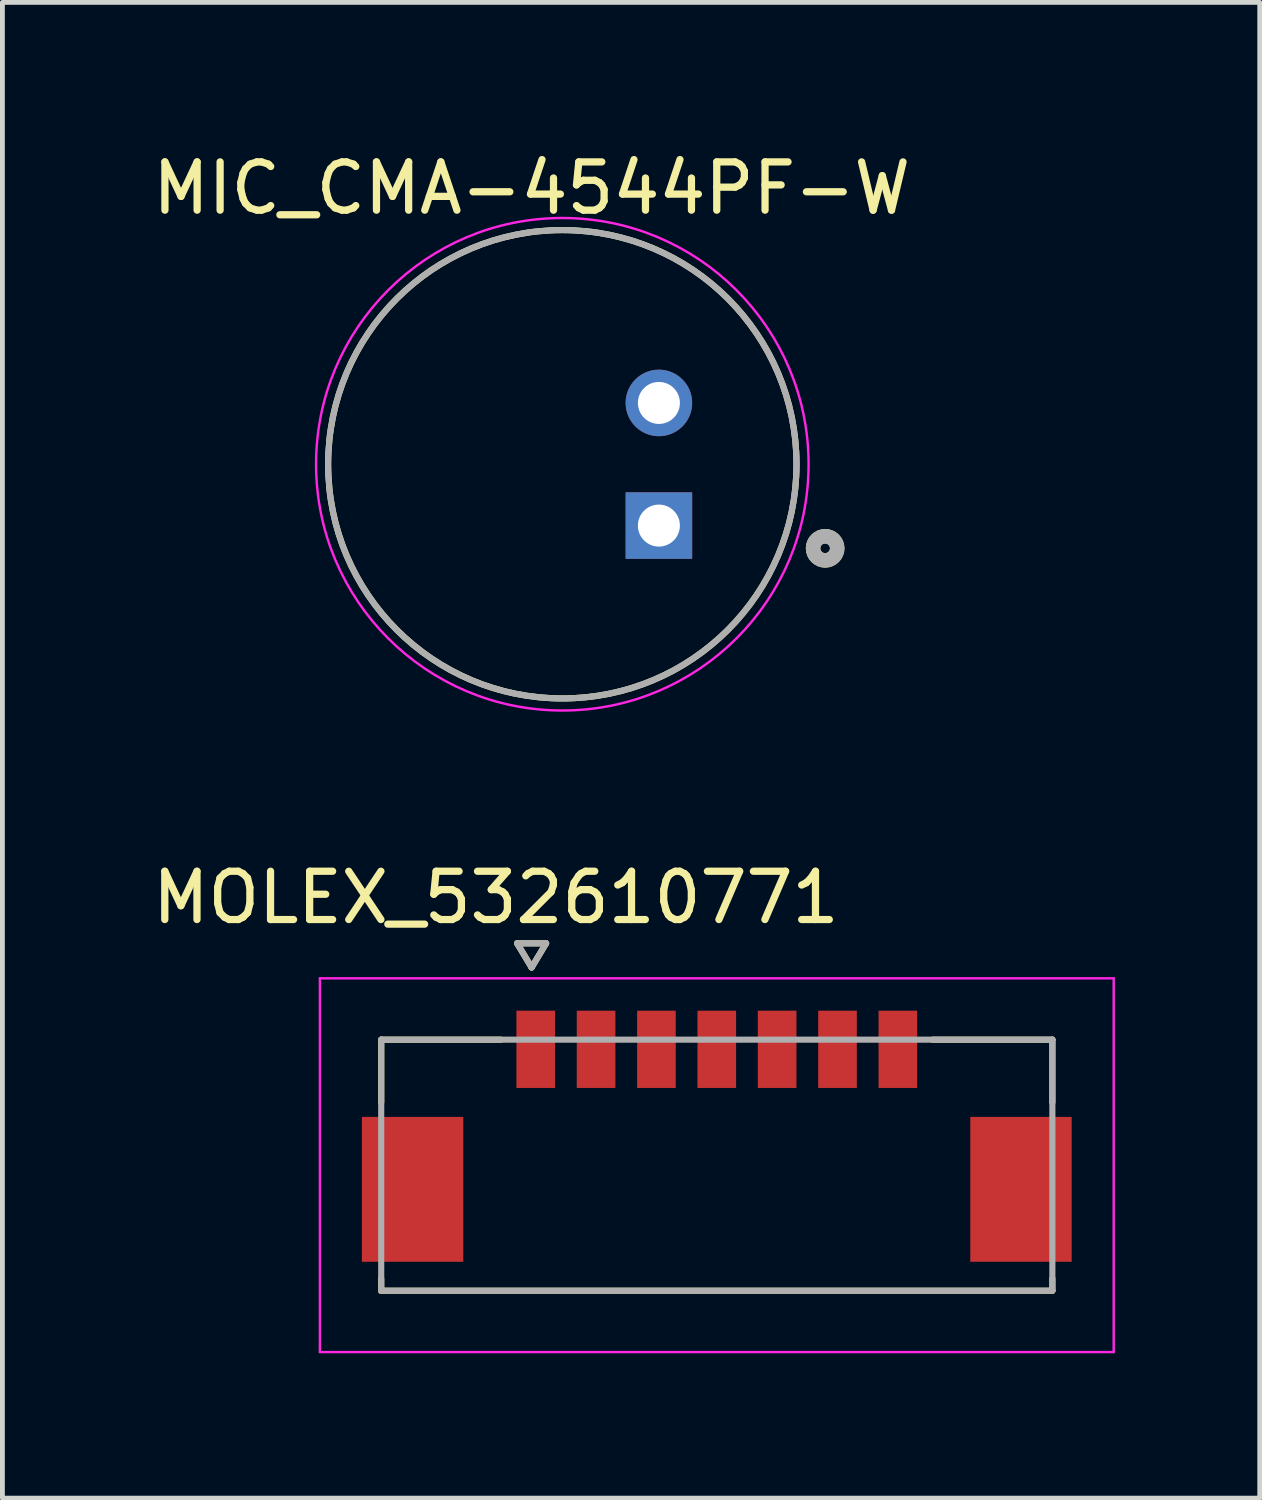
<source format=kicad_pcb>
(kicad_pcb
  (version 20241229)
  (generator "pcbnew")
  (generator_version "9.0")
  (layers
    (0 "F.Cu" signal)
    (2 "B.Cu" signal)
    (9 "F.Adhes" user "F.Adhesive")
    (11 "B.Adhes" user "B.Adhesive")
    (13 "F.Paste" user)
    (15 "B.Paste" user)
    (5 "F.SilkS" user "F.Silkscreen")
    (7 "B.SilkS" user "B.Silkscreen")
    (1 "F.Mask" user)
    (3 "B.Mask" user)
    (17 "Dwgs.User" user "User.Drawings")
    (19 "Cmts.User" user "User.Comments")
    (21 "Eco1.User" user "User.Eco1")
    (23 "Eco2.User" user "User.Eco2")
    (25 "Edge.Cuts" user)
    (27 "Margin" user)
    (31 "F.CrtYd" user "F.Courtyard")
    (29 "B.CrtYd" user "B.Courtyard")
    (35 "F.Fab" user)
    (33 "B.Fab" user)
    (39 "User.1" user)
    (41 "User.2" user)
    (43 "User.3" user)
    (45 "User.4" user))
  (footprint "MOLEX_532610771"
    (layer "F.Cu")
    (at 11.795 21.082)
    (property "Reference" "MOLEX_532610771" (at -4.575 -5.543 0) (layer "F.SilkS") (effects (font (size 1 1) (thickness 0.15))))
    (attr smd)
    (fp_poly (pts (xy -7.426 -1.076) (xy -5.174 -1.076) (xy -5.174 2.076) (xy -7.426 2.076)) (stroke (width 0.01) (type solid)) (fill yes) (layer "F.Mask"))
    (fp_poly (pts (xy -4.226 -3.276) (xy -3.274 -3.276) (xy -3.274 -1.524) (xy -4.226 -1.524)) (stroke (width 0.01) (type solid)) (fill yes) (layer "F.Mask"))
    (fp_poly (pts (xy -2.976 -3.276) (xy -2.024 -3.276) (xy -2.024 -1.524) (xy -2.976 -1.524)) (stroke (width 0.01) (type solid)) (fill yes) (layer "F.Mask"))
    (fp_poly (pts (xy -1.726 -3.276) (xy -0.774 -3.276) (xy -0.774 -1.524) (xy -1.726 -1.524)) (stroke (width 0.01) (type solid)) (fill yes) (layer "F.Mask"))
    (fp_poly (pts (xy -0.476 -3.276) (xy 0.476 -3.276) (xy 0.476 -1.524) (xy -0.476 -1.524)) (stroke (width 0.01) (type solid)) (fill yes) (layer "F.Mask"))
    (fp_poly (pts (xy 0.774 -3.276) (xy 1.726 -3.276) (xy 1.726 -1.524) (xy 0.774 -1.524)) (stroke (width 0.01) (type solid)) (fill yes) (layer "F.Mask"))
    (fp_poly (pts (xy 2.024 -3.276) (xy 2.976 -3.276) (xy 2.976 -1.524) (xy 2.024 -1.524)) (stroke (width 0.01) (type solid)) (fill yes) (layer "F.Mask"))
    (fp_poly (pts (xy 3.274 -3.276) (xy 4.226 -3.276) (xy 4.226 -1.524) (xy 3.274 -1.524)) (stroke (width 0.01) (type solid)) (fill yes) (layer "F.Mask"))
    (fp_poly (pts (xy 5.174 -1.076) (xy 7.426 -1.076) (xy 7.426 2.076) (xy 5.174 2.076)) (stroke (width 0.01) (type solid)) (fill yes) (layer "F.Mask"))
    (fp_line (start -6.95 -2.6) (end -4.47 -2.6) (stroke (width 0.127) (type solid)) (layer "F.SilkS"))
    (fp_line (start -6.95 -1.3) (end -6.95 -2.6) (stroke (width 0.127) (type solid)) (layer "F.SilkS"))
    (fp_line (start -6.95 2.6) (end -6.95 2.35) (stroke (width 0.127) (type solid)) (layer "F.SilkS"))
    (fp_line (start -6.95 2.6) (end 6.95 2.6) (stroke (width 0.127) (type solid)) (layer "F.SilkS"))
    (fp_line (start -4.135 -4.595) (end -3.535 -4.595) (stroke (width 0.127) (type solid)) (layer "F.SilkS"))
    (fp_line (start -3.835 -4.095) (end -4.135 -4.595) (stroke (width 0.127) (type solid)) (layer "F.SilkS"))
    (fp_line (start -3.535 -4.595) (end -3.835 -4.095) (stroke (width 0.127) (type solid)) (layer "F.SilkS"))
    (fp_line (start 4.47 -2.6) (end 6.95 -2.6) (stroke (width 0.127) (type solid)) (layer "F.SilkS"))
    (fp_line (start 6.95 -2.6) (end 6.95 -1.3) (stroke (width 0.127) (type solid)) (layer "F.SilkS"))
    (fp_line (start 6.95 2.6) (end 6.95 2.35) (stroke (width 0.127) (type solid)) (layer "F.SilkS"))
    (fp_line (start -8.22 3.87) (end -8.22 -3.87) (stroke (width 0.05) (type solid)) (layer "F.CrtYd"))
    (fp_line (start 8.22 -3.87) (end -8.22 -3.87) (stroke (width 0.05) (type solid)) (layer "F.CrtYd"))
    (fp_line (start 8.22 -3.87) (end 8.22 3.87) (stroke (width 0.05) (type solid)) (layer "F.CrtYd"))
    (fp_line (start 8.22 3.87) (end -8.22 3.87) (stroke (width 0.05) (type solid)) (layer "F.CrtYd"))
    (fp_line (start -6.95 -2.6) (end 6.95 -2.6) (stroke (width 0.127) (type solid)) (layer "F.Fab"))
    (fp_line (start -6.95 2.6) (end -6.95 -2.6) (stroke (width 0.127) (type solid)) (layer "F.Fab"))
    (fp_line (start -4.135 -4.595) (end -3.535 -4.595) (stroke (width 0.127) (type solid)) (layer "F.Fab"))
    (fp_line (start -3.835 -4.095) (end -4.135 -4.595) (stroke (width 0.127) (type solid)) (layer "F.Fab"))
    (fp_line (start -3.535 -4.595) (end -3.835 -4.095) (stroke (width 0.127) (type solid)) (layer "F.Fab"))
    (fp_line (start 6.95 -2.6) (end 6.95 2.6) (stroke (width 0.127) (type solid)) (layer "F.Fab"))
    (fp_line (start 6.95 2.6) (end -6.95 2.6) (stroke (width 0.127) (type solid)) (layer "F.Fab"))
    (pad "1" smd rect (at -3.75 -2.4) (size 0.8 1.6) (layers "F.Cu" "F.Paste"))
    (pad "2" smd rect (at -2.5 -2.4) (size 0.8 1.6) (layers "F.Cu" "F.Paste"))
    (pad "3" smd rect (at -1.25 -2.4) (size 0.8 1.6) (layers "F.Cu" "F.Paste"))
    (pad "4" smd rect (at 0 -2.4) (size 0.8 1.6) (layers "F.Cu" "F.Paste"))
    (pad "5" smd rect (at 1.25 -2.4) (size 0.8 1.6) (layers "F.Cu" "F.Paste"))
    (pad "6" smd rect (at 2.5 -2.4) (size 0.8 1.6) (layers "F.Cu" "F.Paste"))
    (pad "7" smd rect (at 3.75 -2.4) (size 0.8 1.6) (layers "F.Cu" "F.Paste"))
    (pad "S1" smd rect (at -6.3 0.5) (size 2.1 3) (layers "F.Cu" "F.Paste"))
    (pad "S2" smd rect (at 6.3 0.5) (size 2.1 3) (layers "F.Cu" "F.Paste")))
  (footprint "MIC_CMA-4544PF-W"
    (layer "F.Cu")
    (at 8.596 6.565)
    (property "Reference" "MIC_CMA-4544PF-W" (at -0.635 -5.717 0) (layer "F.SilkS") (effects (font (size 1 1) (thickness 0.15))))
    (attr through_hole)
    (fp_circle (center 0 0) (end 4.85 0) (stroke (width 0.127) (type solid)) (fill no) (layer "F.SilkS"))
    (fp_circle (center 5.443 1.741) (end 5.543 1.741) (stroke (width 0.3) (type solid)) (fill no) (layer "F.SilkS"))
    (fp_circle (center 0 0) (end 5.1 0) (stroke (width 0.05) (type solid)) (fill no) (layer "F.CrtYd"))
    (fp_circle (center 0 0) (end 4.85 0) (stroke (width 0.127) (type solid)) (fill no) (layer "F.Fab"))
    (fp_circle (center 5.443 1.741) (end 5.543 1.741) (stroke (width 0.3) (type solid)) (fill no) (layer "F.Fab"))
    (pad "1" thru_hole rect (at 2 1.27) (size 1.378 1.378) (drill 0.87) (layers "*.Cu" "*.Mask"))
    (pad "2" thru_hole circle (at 2 -1.27) (size 1.378 1.378) (drill 0.87) (layers "*.Cu" "*.Mask")))
  (gr_rect
    (start -3 -3)
    (end 23.04 27.977)
    (stroke (width 0.1) (type default))
    (fill no)
    (layer "Edge.Cuts")))
</source>
